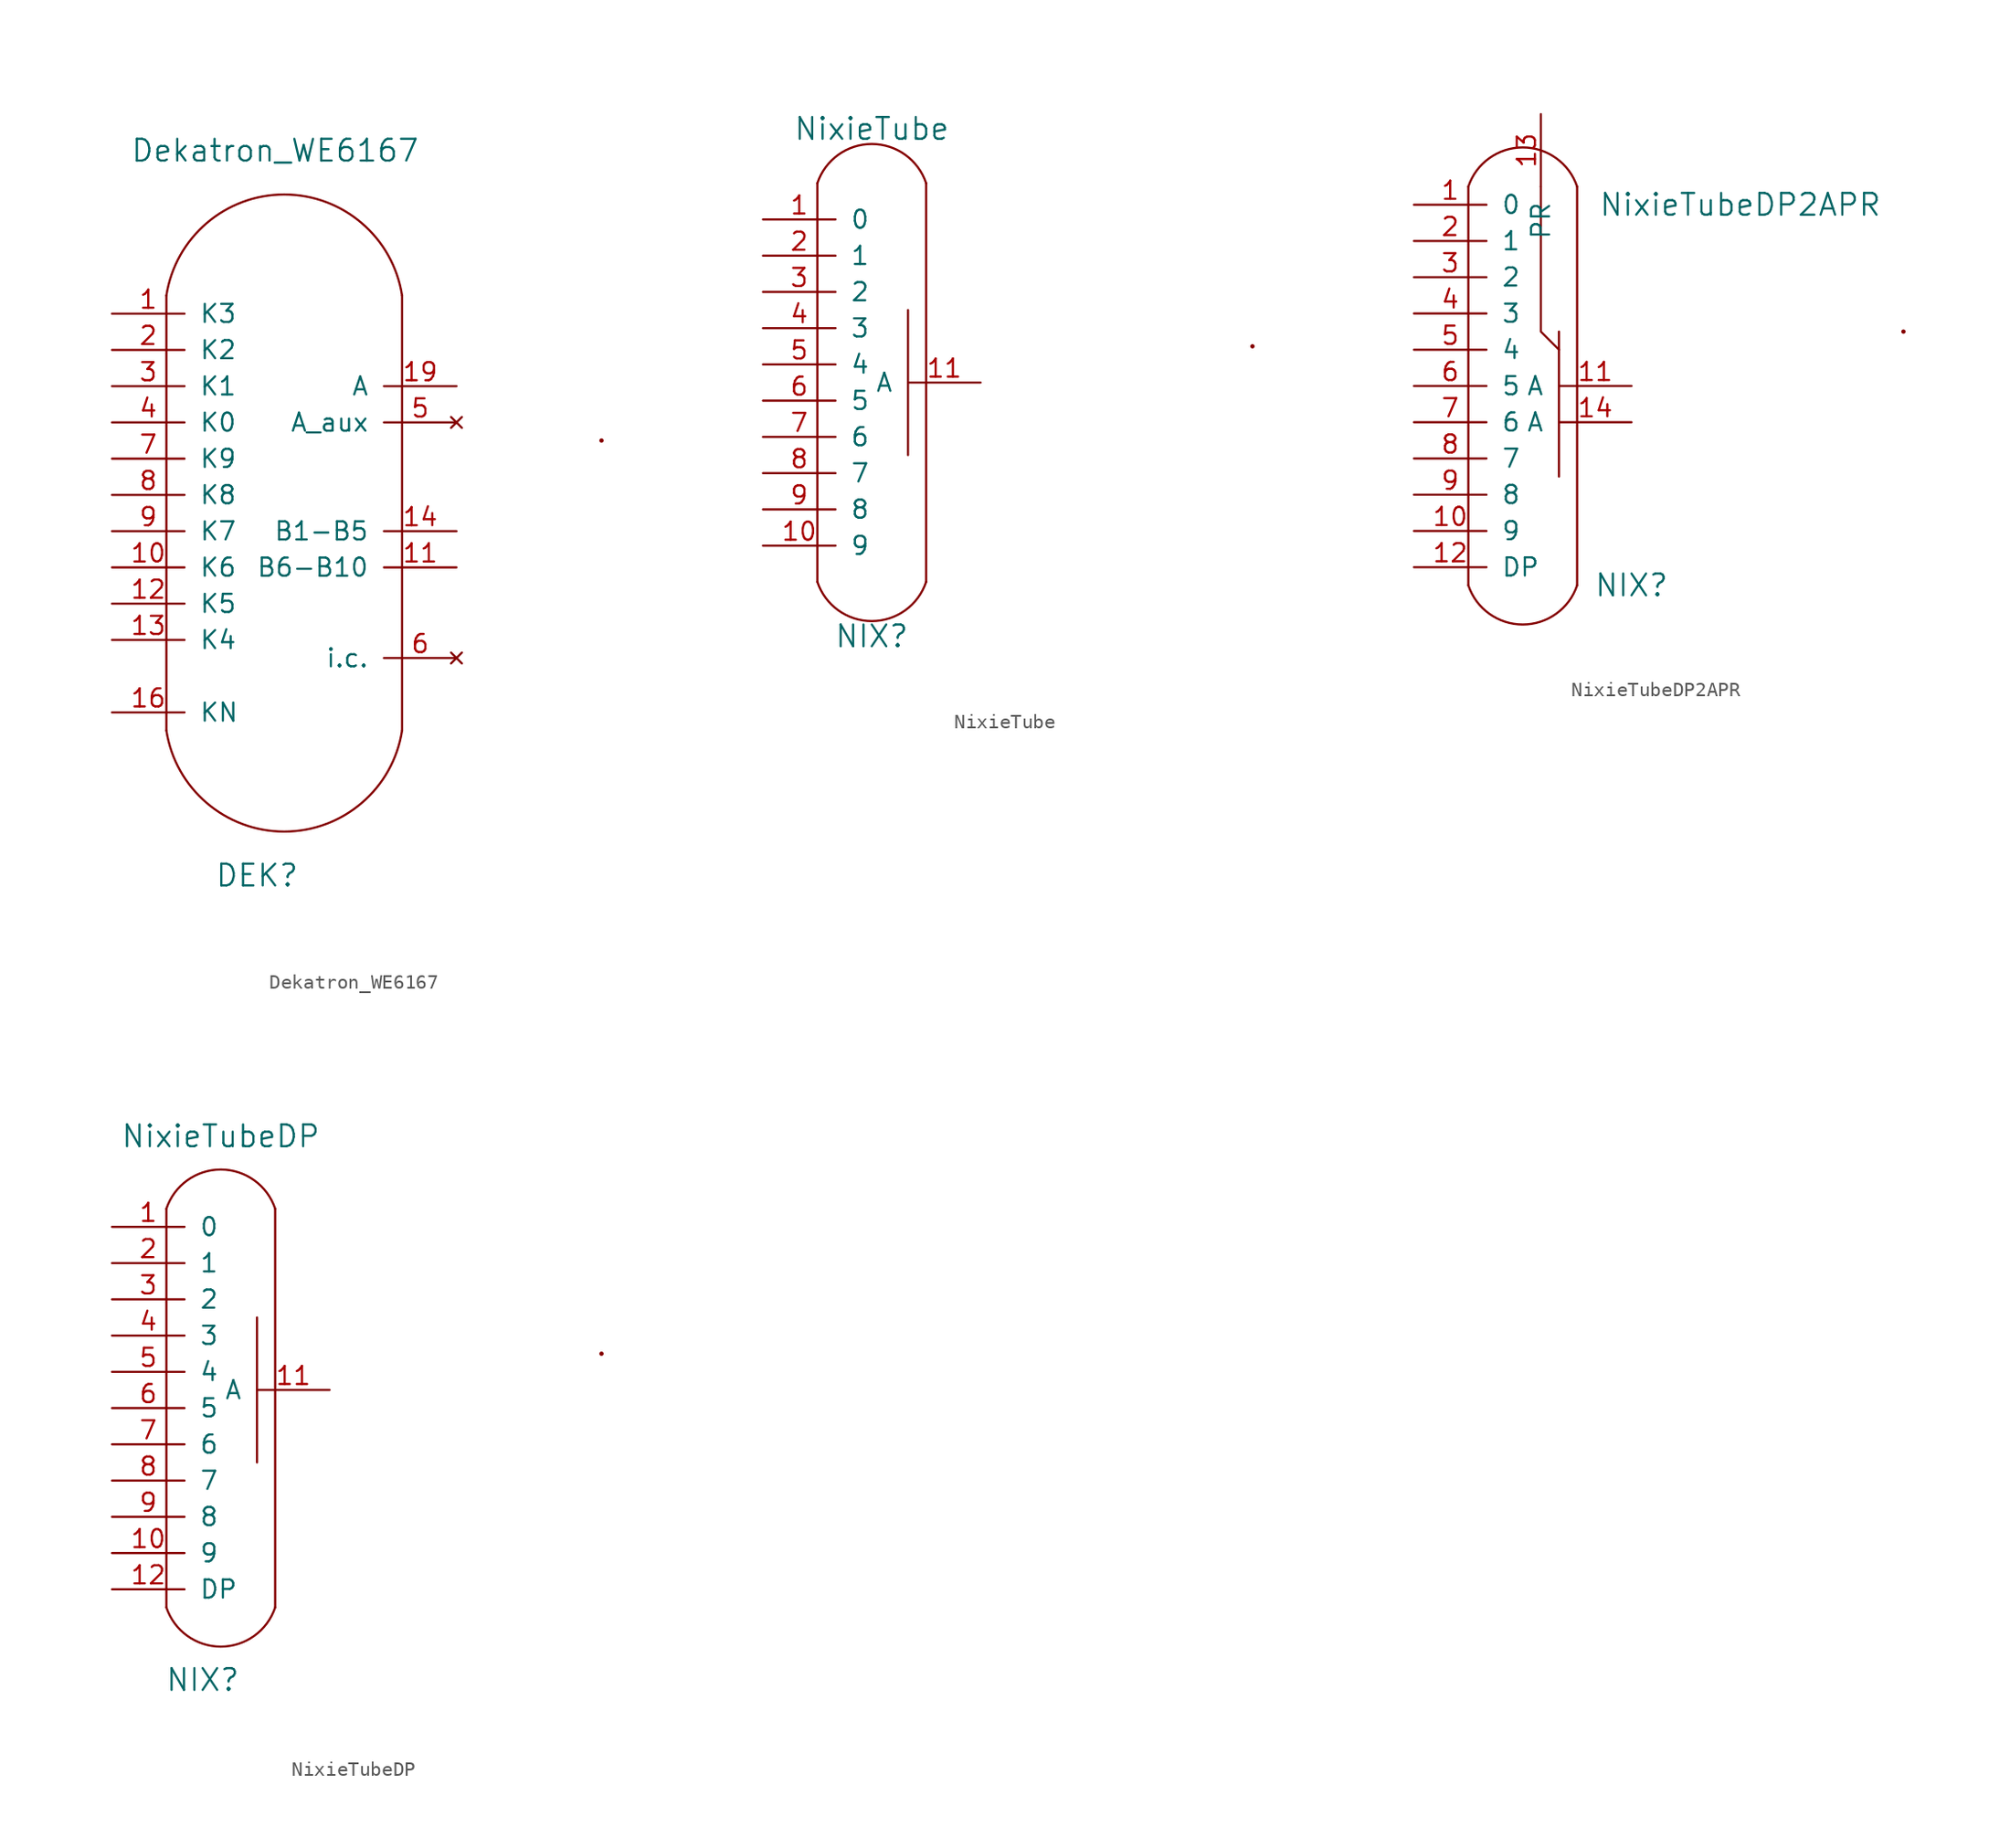
<source format=kicad_sym>
(kicad_symbol_lib
  (version 20211014)
  (generator kicad_symbol_editor)
  (symbol "Dekatron_WE6167"
    (pin_names
      (offset 1.016))
    (property "Reference" "DEK"
      (at -2.54 -27.94 0)
      (effects (font (size 1.524 1.524))))
    (property "Value" "Dekatron_WE6167"
      (at -1.27 22.86 0)
      (effects (font (size 1.524 1.524))))
    (symbol "Dekatron_WE6167_0_1"
      (arc (start -8.89 -17.78) (mid -0.635 -24.8621) (end 7.62 -17.78) (stroke (width 0) (type default) (color 0 0 0 0)) (fill (type none)))
      (polyline (pts (xy -8.89 12.7) (xy -8.89 -17.78)) (stroke (width 0) (type default) (color 0 0 0 0)) (fill (type background)))
      (polyline (pts (xy 7.62 -17.78) (xy 7.62 12.7)) (stroke (width 0) (type default) (color 0 0 0 0)) (fill (type none)))
      (arc (start 7.62 12.7) (mid -0.635 19.7821) (end -8.89 12.7) (stroke (width 0) (type default) (color 0 0 0 0)) (fill (type none)))
      (circle (center 21.59 2.54) (radius 0.0001) (stroke (width 0) (type default) (color 0 0 0 0)) (fill (type none))))
    (symbol "Dekatron_WE6167_1_1"
      (pin passive line (at -12.7 11.43 0) (length 5.08) (name "K3" (effects (font (size 1.27 1.27)))) (number "1" (effects (font (size 1.27 1.27)))))
      (pin passive line (at -12.7 -6.35 0) (length 5.08) (name "K6" (effects (font (size 1.27 1.27)))) (number "10" (effects (font (size 1.27 1.27)))))
      (pin input line (at 11.43 -6.35 180) (length 5.08) (name "B6-B10" (effects (font (size 1.27 1.27)))) (number "11" (effects (font (size 1.27 1.27)))))
      (pin passive line (at -12.7 -8.89 0) (length 5.08) (name "K5" (effects (font (size 1.27 1.27)))) (number "12" (effects (font (size 1.27 1.27)))))
      (pin passive line (at -12.7 -11.43 0) (length 5.08) (name "K4" (effects (font (size 1.27 1.27)))) (number "13" (effects (font (size 1.27 1.27)))))
      (pin input line (at 11.43 -3.81 180) (length 5.08) (name "B1-B5" (effects (font (size 1.27 1.27)))) (number "14" (effects (font (size 1.27 1.27)))))
      (pin output line (at -12.7 -16.51 0) (length 5.08) (name "KN" (effects (font (size 1.27 1.27)))) (number "16" (effects (font (size 1.27 1.27)))))
      (pin input line (at 11.43 6.35 180) (length 5.08) (name "A" (effects (font (size 1.27 1.27)))) (number "19" (effects (font (size 1.27 1.27)))))
      (pin passive line (at -12.7 8.89 0) (length 5.08) (name "K2" (effects (font (size 1.27 1.27)))) (number "2" (effects (font (size 1.27 1.27)))))
      (pin passive line (at -12.7 6.35 0) (length 5.08) (name "K1" (effects (font (size 1.27 1.27)))) (number "3" (effects (font (size 1.27 1.27)))))
      (pin output line (at -12.7 3.81 0) (length 5.08) (name "K0" (effects (font (size 1.27 1.27)))) (number "4" (effects (font (size 1.27 1.27)))))
      (pin no_connect line (at 11.43 3.81 180) (length 5.08) (name "A_aux" (effects (font (size 1.27 1.27)))) (number "5" (effects (font (size 1.27 1.27)))))
      (pin no_connect line (at 11.43 -12.7 180) (length 5.08) (name "i.c." (effects (font (size 1.27 1.27)))) (number "6" (effects (font (size 1.27 1.27)))))
      (pin passive line (at -12.7 1.27 0) (length 5.08) (name "K9" (effects (font (size 1.27 1.27)))) (number "7" (effects (font (size 1.27 1.27)))))
      (pin passive line (at -12.7 -1.27 0) (length 5.08) (name "K8" (effects (font (size 1.27 1.27)))) (number "8" (effects (font (size 1.27 1.27)))))
      (pin passive line (at -12.7 -3.81 0) (length 5.08) (name "K7" (effects (font (size 1.27 1.27)))) (number "9" (effects (font (size 1.27 1.27)))))))
  (symbol "NixieTube"
    (pin_names
      (offset 1.016))
    (property "Reference" "NIX"
      (at 10.16 -25.4 0)
      (effects (font (size 1.524 1.524))))
    (property "Value" "NixieTube"
      (at 10.16 10.16 0)
      (effects (font (size 1.524 1.524))))
    (symbol "NixieTube_0_1"
      (polyline (pts (xy 6.35 6.35) (xy 6.35 -21.59)) (stroke (width 0) (type default) (color 0 0 0 0)) (fill (type none)))
      (polyline (pts (xy 12.7 -2.54) (xy 12.7 -12.7)) (stroke (width 0) (type default) (color 0 0 0 0)) (fill (type none)))
      (polyline (pts (xy 13.97 -21.59) (xy 13.97 6.35)) (stroke (width 0) (type default) (color 0 0 0 0)) (fill (type none)))
      (arc (start 6.35 -21.59) (mid 10.16 -24.3361) (end 13.97 -21.59) (stroke (width 0) (type default) (color 0 0 0 0)) (fill (type none)))
      (arc (start 13.97 6.35) (mid 10.16 9.0961) (end 6.35 6.35) (stroke (width 0) (type default) (color 0 0 0 0)) (fill (type none)))
      (circle (center 36.83 -5.08) (radius 0.0001) (stroke (width 0) (type default) (color 0 0 0 0)) (fill (type none))))
    (symbol "NixieTube_1_1"
      (pin input line (at 2.54 3.81 0) (length 5.08) (name "0" (effects (font (size 1.27 1.27)))) (number "1" (effects (font (size 1.27 1.27)))))
      (pin input line (at 2.54 -19.05 0) (length 5.08) (name "9" (effects (font (size 1.27 1.27)))) (number "10" (effects (font (size 1.27 1.27)))))
      (pin input line (at 17.78 -7.62 180) (length 5.08) (name "A" (effects (font (size 1.27 1.27)))) (number "11" (effects (font (size 1.27 1.27)))))
      (pin input line (at 2.54 1.27 0) (length 5.08) (name "1" (effects (font (size 1.27 1.27)))) (number "2" (effects (font (size 1.27 1.27)))))
      (pin input line (at 2.54 -1.27 0) (length 5.08) (name "2" (effects (font (size 1.27 1.27)))) (number "3" (effects (font (size 1.27 1.27)))))
      (pin input line (at 2.54 -3.81 0) (length 5.08) (name "3" (effects (font (size 1.27 1.27)))) (number "4" (effects (font (size 1.27 1.27)))))
      (pin input line (at 2.54 -6.35 0) (length 5.08) (name "4" (effects (font (size 1.27 1.27)))) (number "5" (effects (font (size 1.27 1.27)))))
      (pin input line (at 2.54 -8.89 0) (length 5.08) (name "5" (effects (font (size 1.27 1.27)))) (number "6" (effects (font (size 1.27 1.27)))))
      (pin input line (at 2.54 -11.43 0) (length 5.08) (name "6" (effects (font (size 1.27 1.27)))) (number "7" (effects (font (size 1.27 1.27)))))
      (pin input line (at 2.54 -13.97 0) (length 5.08) (name "7" (effects (font (size 1.27 1.27)))) (number "8" (effects (font (size 1.27 1.27)))))
      (pin input line (at 2.54 -16.51 0) (length 5.08) (name "8" (effects (font (size 1.27 1.27)))) (number "9" (effects (font (size 1.27 1.27)))))))
  (symbol "NixieTubeDP2APR"
    (pin_names
      (offset 1.016))
    (property "Reference" "NIX"
      (at 17.78 -22.86 0)
      (effects (font (size 1.524 1.524))))
    (property "Value" "NixieTubeDP2APR"
      (at 25.4 3.81 0)
      (effects (font (size 1.524 1.524))))
    (symbol "NixieTubeDP2APR_0_1"
      (polyline (pts (xy 6.35 5.08) (xy 6.35 -22.86)) (stroke (width 0) (type default) (color 0 0 0 0)) (fill (type none)))
      (polyline (pts (xy 12.7 -5.08) (xy 12.7 -15.24)) (stroke (width 0) (type default) (color 0 0 0 0)) (fill (type none)))
      (polyline (pts (xy 13.97 -22.86) (xy 13.97 5.08)) (stroke (width 0) (type default) (color 0 0 0 0)) (fill (type none)))
      (polyline (pts (xy 12.7 -6.35) (xy 11.43 -5.08) (xy 11.43 5.08)) (stroke (width 0) (type default) (color 0 0 0 0)) (fill (type none)))
      (arc (start 6.35 -22.86) (mid 10.16 -25.6061) (end 13.97 -22.86) (stroke (width 0) (type default) (color 0 0 0 0)) (fill (type none)))
      (arc (start 13.97 5.08) (mid 10.16 7.8261) (end 6.35 5.08) (stroke (width 0) (type default) (color 0 0 0 0)) (fill (type none)))
      (circle (center 36.83 -5.08) (radius 0.0001) (stroke (width 0) (type default) (color 0 0 0 0)) (fill (type none))))
    (symbol "NixieTubeDP2APR_1_1"
      (pin output line (at 2.54 3.81 0) (length 5.08) (name "0" (effects (font (size 1.27 1.27)))) (number "1" (effects (font (size 1.27 1.27)))))
      (pin output line (at 2.54 -19.05 0) (length 5.08) (name "9" (effects (font (size 1.27 1.27)))) (number "10" (effects (font (size 1.27 1.27)))))
      (pin input line (at 17.78 -8.89 180) (length 5.08) (name "A" (effects (font (size 1.27 1.27)))) (number "11" (effects (font (size 1.27 1.27)))))
      (pin output line (at 2.54 -21.59 0) (length 5.08) (name "DP" (effects (font (size 1.27 1.27)))) (number "12" (effects (font (size 1.27 1.27)))))
      (pin input line (at 11.43 10.16 270) (length 5.08) (name "PR" (effects (font (size 1.27 1.27)))) (number "13" (effects (font (size 1.27 1.27)))))
      (pin input line (at 17.78 -11.43 180) (length 5.08) (name "A" (effects (font (size 1.27 1.27)))) (number "14" (effects (font (size 1.27 1.27)))))
      (pin output line (at 2.54 1.27 0) (length 5.08) (name "1" (effects (font (size 1.27 1.27)))) (number "2" (effects (font (size 1.27 1.27)))))
      (pin output line (at 2.54 -1.27 0) (length 5.08) (name "2" (effects (font (size 1.27 1.27)))) (number "3" (effects (font (size 1.27 1.27)))))
      (pin output line (at 2.54 -3.81 0) (length 5.08) (name "3" (effects (font (size 1.27 1.27)))) (number "4" (effects (font (size 1.27 1.27)))))
      (pin output line (at 2.54 -6.35 0) (length 5.08) (name "4" (effects (font (size 1.27 1.27)))) (number "5" (effects (font (size 1.27 1.27)))))
      (pin output line (at 2.54 -8.89 0) (length 5.08) (name "5" (effects (font (size 1.27 1.27)))) (number "6" (effects (font (size 1.27 1.27)))))
      (pin output line (at 2.54 -11.43 0) (length 5.08) (name "6" (effects (font (size 1.27 1.27)))) (number "7" (effects (font (size 1.27 1.27)))))
      (pin output line (at 2.54 -13.97 0) (length 5.08) (name "7" (effects (font (size 1.27 1.27)))) (number "8" (effects (font (size 1.27 1.27)))))
      (pin output line (at 2.54 -16.51 0) (length 5.08) (name "8" (effects (font (size 1.27 1.27)))) (number "9" (effects (font (size 1.27 1.27)))))))
  (symbol "NixieTubeDP"
    (pin_names
      (offset 1.016))
    (property "Reference" "NIX"
      (at 8.89 -27.94 0)
      (effects (font (size 1.524 1.524))))
    (property "Value" "NixieTubeDP"
      (at 10.16 10.16 0)
      (effects (font (size 1.524 1.524))))
    (symbol "NixieTubeDP_0_1"
      (polyline (pts (xy 6.35 5.08) (xy 6.35 -22.86)) (stroke (width 0) (type default) (color 0 0 0 0)) (fill (type none)))
      (polyline (pts (xy 12.7 -2.54) (xy 12.7 -12.7)) (stroke (width 0) (type default) (color 0 0 0 0)) (fill (type none)))
      (polyline (pts (xy 13.97 -22.86) (xy 13.97 5.08)) (stroke (width 0) (type default) (color 0 0 0 0)) (fill (type none)))
      (arc (start 6.35 -22.86) (mid 10.16 -25.6061) (end 13.97 -22.86) (stroke (width 0) (type default) (color 0 0 0 0)) (fill (type none)))
      (arc (start 13.97 5.08) (mid 10.16 7.8261) (end 6.35 5.08) (stroke (width 0) (type default) (color 0 0 0 0)) (fill (type none)))
      (circle (center 36.83 -5.08) (radius 0.0001) (stroke (width 0) (type default) (color 0 0 0 0)) (fill (type none))))
    (symbol "NixieTubeDP_1_1"
      (pin output line (at 2.54 3.81 0) (length 5.08) (name "0" (effects (font (size 1.27 1.27)))) (number "1" (effects (font (size 1.27 1.27)))))
      (pin output line (at 2.54 -19.05 0) (length 5.08) (name "9" (effects (font (size 1.27 1.27)))) (number "10" (effects (font (size 1.27 1.27)))))
      (pin input line (at 17.78 -7.62 180) (length 5.08) (name "A" (effects (font (size 1.27 1.27)))) (number "11" (effects (font (size 1.27 1.27)))))
      (pin output line (at 2.54 -21.59 0) (length 5.08) (name "DP" (effects (font (size 1.27 1.27)))) (number "12" (effects (font (size 1.27 1.27)))))
      (pin output line (at 2.54 1.27 0) (length 5.08) (name "1" (effects (font (size 1.27 1.27)))) (number "2" (effects (font (size 1.27 1.27)))))
      (pin output line (at 2.54 -1.27 0) (length 5.08) (name "2" (effects (font (size 1.27 1.27)))) (number "3" (effects (font (size 1.27 1.27)))))
      (pin output line (at 2.54 -3.81 0) (length 5.08) (name "3" (effects (font (size 1.27 1.27)))) (number "4" (effects (font (size 1.27 1.27)))))
      (pin output line (at 2.54 -6.35 0) (length 5.08) (name "4" (effects (font (size 1.27 1.27)))) (number "5" (effects (font (size 1.27 1.27)))))
      (pin output line (at 2.54 -8.89 0) (length 5.08) (name "5" (effects (font (size 1.27 1.27)))) (number "6" (effects (font (size 1.27 1.27)))))
      (pin output line (at 2.54 -11.43 0) (length 5.08) (name "6" (effects (font (size 1.27 1.27)))) (number "7" (effects (font (size 1.27 1.27)))))
      (pin output line (at 2.54 -13.97 0) (length 5.08) (name "7" (effects (font (size 1.27 1.27)))) (number "8" (effects (font (size 1.27 1.27)))))
      (pin output line (at 2.54 -16.51 0) (length 5.08) (name "8" (effects (font (size 1.27 1.27)))) (number "9" (effects (font (size 1.27 1.27))))))))
</source>
